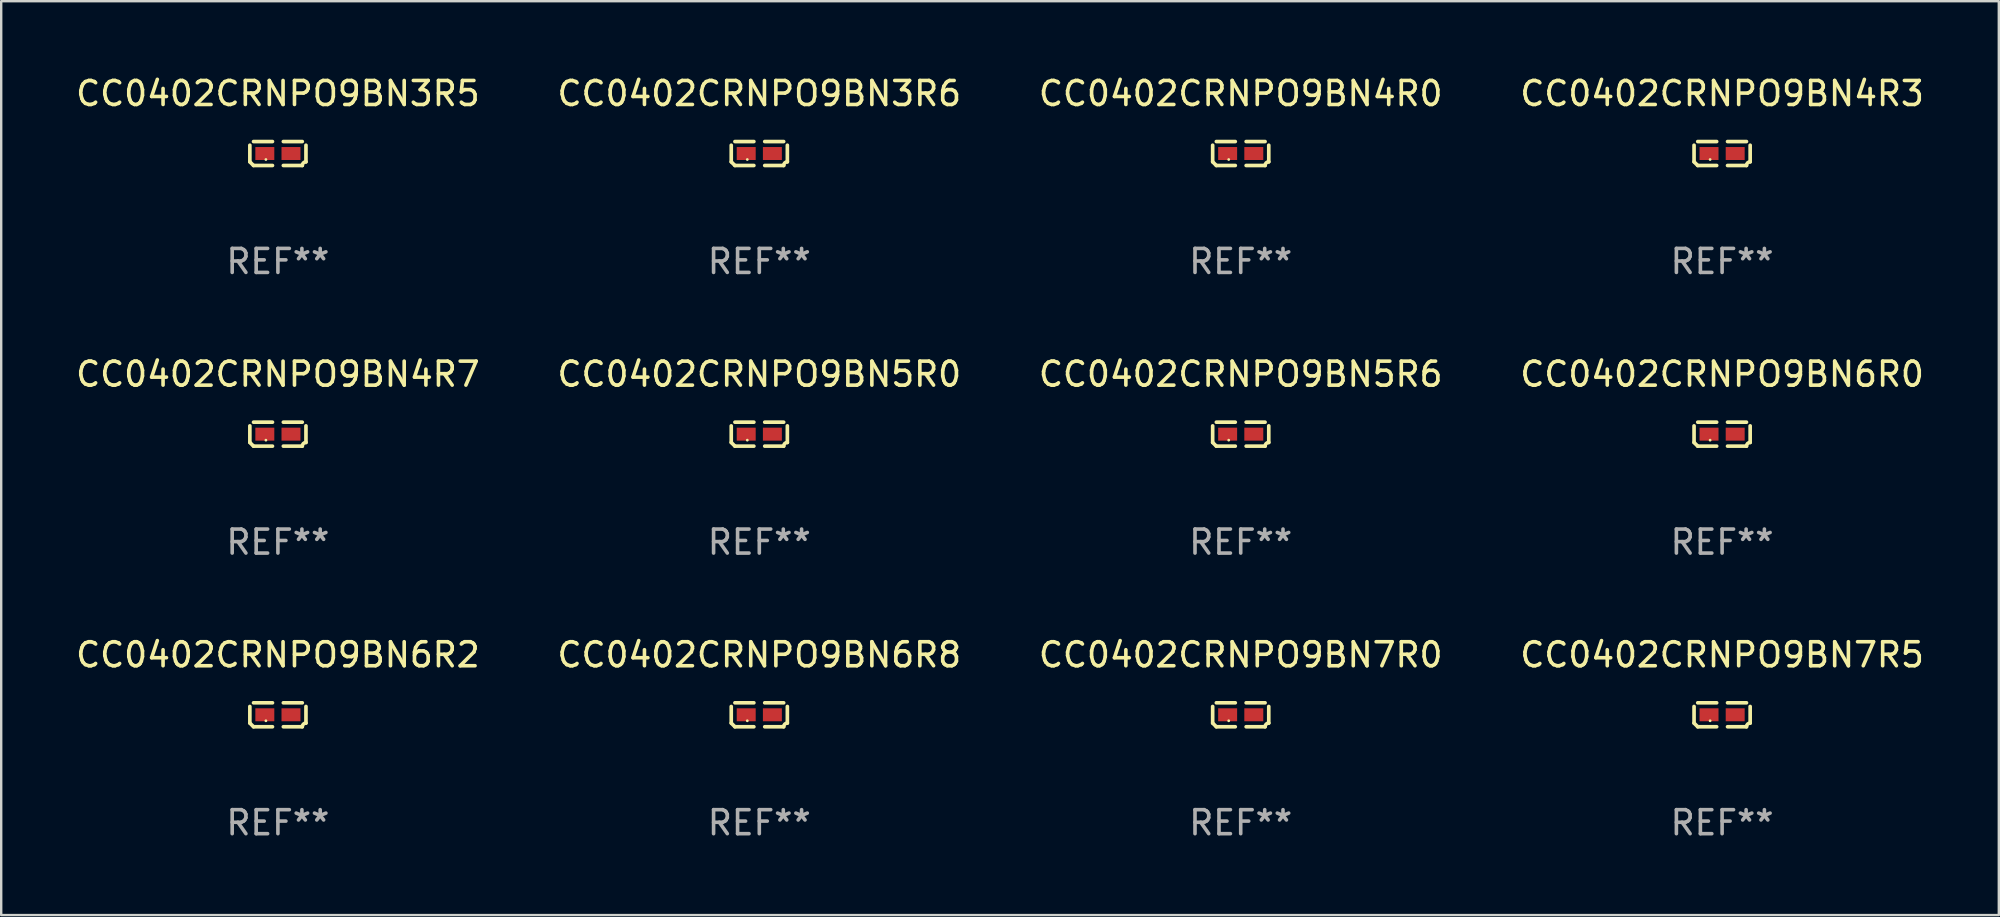
<source format=kicad_pcb>
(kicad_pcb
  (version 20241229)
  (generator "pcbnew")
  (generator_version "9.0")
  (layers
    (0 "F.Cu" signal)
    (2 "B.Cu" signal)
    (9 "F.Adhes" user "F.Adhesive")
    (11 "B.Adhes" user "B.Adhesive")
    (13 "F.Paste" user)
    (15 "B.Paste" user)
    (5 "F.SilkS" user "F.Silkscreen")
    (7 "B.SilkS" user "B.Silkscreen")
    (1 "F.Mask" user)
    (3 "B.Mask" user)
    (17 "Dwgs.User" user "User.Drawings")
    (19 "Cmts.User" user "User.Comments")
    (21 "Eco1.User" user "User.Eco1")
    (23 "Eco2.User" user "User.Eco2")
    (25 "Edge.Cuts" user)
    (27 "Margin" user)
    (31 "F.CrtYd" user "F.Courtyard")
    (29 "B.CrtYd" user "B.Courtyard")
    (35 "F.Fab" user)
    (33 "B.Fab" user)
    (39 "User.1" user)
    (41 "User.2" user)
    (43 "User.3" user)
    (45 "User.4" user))
  (footprint "CC0402CRNPO9BN4R0"
    (layer "F.Cu")
    (at 48.649 3.347)
    (property "Reference" "CC0402CRNPO9BN4R0" (at 0 -2.499 0) (layer "F.SilkS") (effects (font (size 1 1) (thickness 0.15))))
    (attr through_hole)
    (fp_line (start -1.169 0.346) (end -1.169 -0.346) (stroke (width 0.152) (type solid)) (layer "F.SilkS"))
    (fp_line (start -1.016 -0.499) (end -0.226 -0.499) (stroke (width 0.152) (type solid)) (layer "F.SilkS"))
    (fp_line (start -0.226 0.499) (end -1.016 0.499) (stroke (width 0.152) (type solid)) (layer "F.SilkS"))
    (fp_line (start 0.226 0.499) (end 1.016 0.499) (stroke (width 0.152) (type solid)) (layer "F.SilkS"))
    (fp_line (start 1.016 -0.499) (end 0.226 -0.499) (stroke (width 0.152) (type solid)) (layer "F.SilkS"))
    (fp_line (start 1.169 0.346) (end 1.169 -0.346) (stroke (width 0.152) (type solid)) (layer "F.SilkS"))
    (fp_arc (start -1.016307 0.498603) (mid -1.092512 0.422405) (end -1.16871 0.3462) (stroke (width 0.1524) (type solid)) (layer "F.SilkS"))
    (fp_arc (start 1.016307 0.498603) (mid 1.060899 0.390758) (end 1.168707 0.346076) (stroke (width 0.1524) (type solid)) (layer "F.SilkS"))
    (fp_circle (center -0.5 0.25) (end -0.47 0.25) (stroke (width 0.06) (type solid)) (fill no) (layer "F.SilkS"))
    (fp_text user "REF**" (at 0 4.499 0) (layer "F.Fab") (effects (font (size 1 1) (thickness 0.15))))
    (pad "1" smd rect (at -0.545 0) (size 0.79 0.54) (layers "F.Cu" "F.Mask" "F.Paste"))
    (pad "2" smd rect (at 0.545 0) (size 0.79 0.54) (layers "F.Cu" "F.Mask" "F.Paste")))
  (footprint "CC0402CRNPO9BN6R0"
    (layer "F.Cu")
    (at 68.708 15.041)
    (property "Reference" "CC0402CRNPO9BN6R0" (at 0 -2.499 0) (layer "F.SilkS") (effects (font (size 1 1) (thickness 0.15))))
    (attr through_hole)
    (fp_line (start -1.169 0.346) (end -1.169 -0.346) (stroke (width 0.152) (type solid)) (layer "F.SilkS"))
    (fp_line (start -1.016 -0.499) (end -0.226 -0.499) (stroke (width 0.152) (type solid)) (layer "F.SilkS"))
    (fp_line (start -0.226 0.499) (end -1.016 0.499) (stroke (width 0.152) (type solid)) (layer "F.SilkS"))
    (fp_line (start 0.226 0.499) (end 1.016 0.499) (stroke (width 0.152) (type solid)) (layer "F.SilkS"))
    (fp_line (start 1.016 -0.499) (end 0.226 -0.499) (stroke (width 0.152) (type solid)) (layer "F.SilkS"))
    (fp_line (start 1.169 0.346) (end 1.169 -0.346) (stroke (width 0.152) (type solid)) (layer "F.SilkS"))
    (fp_arc (start -1.016307 0.498603) (mid -1.092512 0.422405) (end -1.16871 0.3462) (stroke (width 0.1524) (type solid)) (layer "F.SilkS"))
    (fp_arc (start 1.016307 0.498603) (mid 1.060899 0.390758) (end 1.168707 0.346076) (stroke (width 0.1524) (type solid)) (layer "F.SilkS"))
    (fp_circle (center -0.5 0.25) (end -0.47 0.25) (stroke (width 0.06) (type solid)) (fill no) (layer "F.SilkS"))
    (fp_text user "REF**" (at 0 4.499 0) (layer "F.Fab") (effects (font (size 1 1) (thickness 0.15))))
    (pad "1" smd rect (at -0.545 0) (size 0.79 0.54) (layers "F.Cu" "F.Mask" "F.Paste"))
    (pad "2" smd rect (at 0.545 0) (size 0.79 0.54) (layers "F.Cu" "F.Mask" "F.Paste")))
  (footprint "CC0402CRNPO9BN3R6"
    (layer "F.Cu")
    (at 28.589 3.347)
    (property "Reference" "CC0402CRNPO9BN3R6" (at 0 -2.499 0) (layer "F.SilkS") (effects (font (size 1 1) (thickness 0.15))))
    (attr through_hole)
    (fp_line (start -1.169 0.346) (end -1.169 -0.346) (stroke (width 0.152) (type solid)) (layer "F.SilkS"))
    (fp_line (start -1.016 -0.499) (end -0.226 -0.499) (stroke (width 0.152) (type solid)) (layer "F.SilkS"))
    (fp_line (start -0.226 0.499) (end -1.016 0.499) (stroke (width 0.152) (type solid)) (layer "F.SilkS"))
    (fp_line (start 0.226 0.499) (end 1.016 0.499) (stroke (width 0.152) (type solid)) (layer "F.SilkS"))
    (fp_line (start 1.016 -0.499) (end 0.226 -0.499) (stroke (width 0.152) (type solid)) (layer "F.SilkS"))
    (fp_line (start 1.169 0.346) (end 1.169 -0.346) (stroke (width 0.152) (type solid)) (layer "F.SilkS"))
    (fp_arc (start -1.016307 0.498603) (mid -1.092512 0.422405) (end -1.16871 0.3462) (stroke (width 0.1524) (type solid)) (layer "F.SilkS"))
    (fp_arc (start 1.016307 0.498603) (mid 1.060899 0.390758) (end 1.168707 0.346076) (stroke (width 0.1524) (type solid)) (layer "F.SilkS"))
    (fp_circle (center -0.5 0.25) (end -0.47 0.25) (stroke (width 0.06) (type solid)) (fill no) (layer "F.SilkS"))
    (fp_text user "REF**" (at 0 4.499 0) (layer "F.Fab") (effects (font (size 1 1) (thickness 0.15))))
    (pad "1" smd rect (at -0.545 0) (size 0.79 0.54) (layers "F.Cu" "F.Mask" "F.Paste"))
    (pad "2" smd rect (at 0.545 0) (size 0.79 0.54) (layers "F.Cu" "F.Mask" "F.Paste")))
  (footprint "CC0402CRNPO9BN3R5"
    (layer "F.Cu")
    (at 8.53 3.347)
    (property "Reference" "CC0402CRNPO9BN3R5" (at 0 -2.499 0) (layer "F.SilkS") (effects (font (size 1 1) (thickness 0.15))))
    (attr through_hole)
    (fp_line (start -1.169 0.346) (end -1.169 -0.346) (stroke (width 0.152) (type solid)) (layer "F.SilkS"))
    (fp_line (start -1.016 -0.499) (end -0.226 -0.499) (stroke (width 0.152) (type solid)) (layer "F.SilkS"))
    (fp_line (start -0.226 0.499) (end -1.016 0.499) (stroke (width 0.152) (type solid)) (layer "F.SilkS"))
    (fp_line (start 0.226 0.499) (end 1.016 0.499) (stroke (width 0.152) (type solid)) (layer "F.SilkS"))
    (fp_line (start 1.016 -0.499) (end 0.226 -0.499) (stroke (width 0.152) (type solid)) (layer "F.SilkS"))
    (fp_line (start 1.169 0.346) (end 1.169 -0.346) (stroke (width 0.152) (type solid)) (layer "F.SilkS"))
    (fp_arc (start -1.016307 0.498603) (mid -1.092512 0.422405) (end -1.16871 0.3462) (stroke (width 0.1524) (type solid)) (layer "F.SilkS"))
    (fp_arc (start 1.016307 0.498603) (mid 1.060899 0.390758) (end 1.168707 0.346076) (stroke (width 0.1524) (type solid)) (layer "F.SilkS"))
    (fp_circle (center -0.5 0.25) (end -0.47 0.25) (stroke (width 0.06) (type solid)) (fill no) (layer "F.SilkS"))
    (fp_text user "REF**" (at 0 4.499 0) (layer "F.Fab") (effects (font (size 1 1) (thickness 0.15))))
    (pad "1" smd rect (at -0.545 0) (size 0.79 0.54) (layers "F.Cu" "F.Mask" "F.Paste"))
    (pad "2" smd rect (at 0.545 0) (size 0.79 0.54) (layers "F.Cu" "F.Mask" "F.Paste")))
  (footprint "CC0402CRNPO9BN4R7"
    (layer "F.Cu")
    (at 8.53 15.041)
    (property "Reference" "CC0402CRNPO9BN4R7" (at 0 -2.499 0) (layer "F.SilkS") (effects (font (size 1 1) (thickness 0.15))))
    (attr through_hole)
    (fp_line (start -1.169 0.346) (end -1.169 -0.346) (stroke (width 0.152) (type solid)) (layer "F.SilkS"))
    (fp_line (start -1.016 -0.499) (end -0.226 -0.499) (stroke (width 0.152) (type solid)) (layer "F.SilkS"))
    (fp_line (start -0.226 0.499) (end -1.016 0.499) (stroke (width 0.152) (type solid)) (layer "F.SilkS"))
    (fp_line (start 0.226 0.499) (end 1.016 0.499) (stroke (width 0.152) (type solid)) (layer "F.SilkS"))
    (fp_line (start 1.016 -0.499) (end 0.226 -0.499) (stroke (width 0.152) (type solid)) (layer "F.SilkS"))
    (fp_line (start 1.169 0.346) (end 1.169 -0.346) (stroke (width 0.152) (type solid)) (layer "F.SilkS"))
    (fp_arc (start -1.016307 0.498603) (mid -1.092512 0.422405) (end -1.16871 0.3462) (stroke (width 0.1524) (type solid)) (layer "F.SilkS"))
    (fp_arc (start 1.016307 0.498603) (mid 1.060899 0.390758) (end 1.168707 0.346076) (stroke (width 0.1524) (type solid)) (layer "F.SilkS"))
    (fp_circle (center -0.5 0.25) (end -0.47 0.25) (stroke (width 0.06) (type solid)) (fill no) (layer "F.SilkS"))
    (fp_text user "REF**" (at 0 4.499 0) (layer "F.Fab") (effects (font (size 1 1) (thickness 0.15))))
    (pad "1" smd rect (at -0.545 0) (size 0.79 0.54) (layers "F.Cu" "F.Mask" "F.Paste"))
    (pad "2" smd rect (at 0.545 0) (size 0.79 0.54) (layers "F.Cu" "F.Mask" "F.Paste")))
  (footprint "CC0402CRNPO9BN4R3"
    (layer "F.Cu")
    (at 68.708 3.347)
    (property "Reference" "CC0402CRNPO9BN4R3" (at 0 -2.499 0) (layer "F.SilkS") (effects (font (size 1 1) (thickness 0.15))))
    (attr through_hole)
    (fp_line (start -1.169 0.346) (end -1.169 -0.346) (stroke (width 0.152) (type solid)) (layer "F.SilkS"))
    (fp_line (start -1.016 -0.499) (end -0.226 -0.499) (stroke (width 0.152) (type solid)) (layer "F.SilkS"))
    (fp_line (start -0.226 0.499) (end -1.016 0.499) (stroke (width 0.152) (type solid)) (layer "F.SilkS"))
    (fp_line (start 0.226 0.499) (end 1.016 0.499) (stroke (width 0.152) (type solid)) (layer "F.SilkS"))
    (fp_line (start 1.016 -0.499) (end 0.226 -0.499) (stroke (width 0.152) (type solid)) (layer "F.SilkS"))
    (fp_line (start 1.169 0.346) (end 1.169 -0.346) (stroke (width 0.152) (type solid)) (layer "F.SilkS"))
    (fp_arc (start -1.016307 0.498603) (mid -1.092512 0.422405) (end -1.16871 0.3462) (stroke (width 0.1524) (type solid)) (layer "F.SilkS"))
    (fp_arc (start 1.016307 0.498603) (mid 1.060899 0.390758) (end 1.168707 0.346076) (stroke (width 0.1524) (type solid)) (layer "F.SilkS"))
    (fp_circle (center -0.5 0.25) (end -0.47 0.25) (stroke (width 0.06) (type solid)) (fill no) (layer "F.SilkS"))
    (fp_text user "REF**" (at 0 4.499 0) (layer "F.Fab") (effects (font (size 1 1) (thickness 0.15))))
    (pad "1" smd rect (at -0.545 0) (size 0.79 0.54) (layers "F.Cu" "F.Mask" "F.Paste"))
    (pad "2" smd rect (at 0.545 0) (size 0.79 0.54) (layers "F.Cu" "F.Mask" "F.Paste")))
  (footprint "CC0402CRNPO9BN5R6"
    (layer "F.Cu")
    (at 48.649 15.041)
    (property "Reference" "CC0402CRNPO9BN5R6" (at 0 -2.499 0) (layer "F.SilkS") (effects (font (size 1 1) (thickness 0.15))))
    (attr through_hole)
    (fp_line (start -1.169 0.346) (end -1.169 -0.346) (stroke (width 0.152) (type solid)) (layer "F.SilkS"))
    (fp_line (start -1.016 -0.499) (end -0.226 -0.499) (stroke (width 0.152) (type solid)) (layer "F.SilkS"))
    (fp_line (start -0.226 0.499) (end -1.016 0.499) (stroke (width 0.152) (type solid)) (layer "F.SilkS"))
    (fp_line (start 0.226 0.499) (end 1.016 0.499) (stroke (width 0.152) (type solid)) (layer "F.SilkS"))
    (fp_line (start 1.016 -0.499) (end 0.226 -0.499) (stroke (width 0.152) (type solid)) (layer "F.SilkS"))
    (fp_line (start 1.169 0.346) (end 1.169 -0.346) (stroke (width 0.152) (type solid)) (layer "F.SilkS"))
    (fp_arc (start -1.016307 0.498603) (mid -1.092512 0.422405) (end -1.16871 0.3462) (stroke (width 0.1524) (type solid)) (layer "F.SilkS"))
    (fp_arc (start 1.016307 0.498603) (mid 1.060899 0.390758) (end 1.168707 0.346076) (stroke (width 0.1524) (type solid)) (layer "F.SilkS"))
    (fp_circle (center -0.5 0.25) (end -0.47 0.25) (stroke (width 0.06) (type solid)) (fill no) (layer "F.SilkS"))
    (fp_text user "REF**" (at 0 4.499 0) (layer "F.Fab") (effects (font (size 1 1) (thickness 0.15))))
    (pad "1" smd rect (at -0.545 0) (size 0.79 0.54) (layers "F.Cu" "F.Mask" "F.Paste"))
    (pad "2" smd rect (at 0.545 0) (size 0.79 0.54) (layers "F.Cu" "F.Mask" "F.Paste")))
  (footprint "CC0402CRNPO9BN7R5"
    (layer "F.Cu")
    (at 68.708 26.734)
    (property "Reference" "CC0402CRNPO9BN7R5" (at 0 -2.499 0) (layer "F.SilkS") (effects (font (size 1 1) (thickness 0.15))))
    (attr through_hole)
    (fp_line (start -1.169 0.346) (end -1.169 -0.346) (stroke (width 0.152) (type solid)) (layer "F.SilkS"))
    (fp_line (start -1.016 -0.499) (end -0.226 -0.499) (stroke (width 0.152) (type solid)) (layer "F.SilkS"))
    (fp_line (start -0.226 0.499) (end -1.016 0.499) (stroke (width 0.152) (type solid)) (layer "F.SilkS"))
    (fp_line (start 0.226 0.499) (end 1.016 0.499) (stroke (width 0.152) (type solid)) (layer "F.SilkS"))
    (fp_line (start 1.016 -0.499) (end 0.226 -0.499) (stroke (width 0.152) (type solid)) (layer "F.SilkS"))
    (fp_line (start 1.169 0.346) (end 1.169 -0.346) (stroke (width 0.152) (type solid)) (layer "F.SilkS"))
    (fp_arc (start -1.016307 0.498603) (mid -1.092512 0.422405) (end -1.16871 0.3462) (stroke (width 0.1524) (type solid)) (layer "F.SilkS"))
    (fp_arc (start 1.016307 0.498603) (mid 1.060899 0.390758) (end 1.168707 0.346076) (stroke (width 0.1524) (type solid)) (layer "F.SilkS"))
    (fp_circle (center -0.5 0.25) (end -0.47 0.25) (stroke (width 0.06) (type solid)) (fill no) (layer "F.SilkS"))
    (fp_text user "REF**" (at 0 4.499 0) (layer "F.Fab") (effects (font (size 1 1) (thickness 0.15))))
    (pad "1" smd rect (at -0.545 0) (size 0.79 0.54) (layers "F.Cu" "F.Mask" "F.Paste"))
    (pad "2" smd rect (at 0.545 0) (size 0.79 0.54) (layers "F.Cu" "F.Mask" "F.Paste")))
  (footprint "CC0402CRNPO9BN6R2"
    (layer "F.Cu")
    (at 8.53 26.734)
    (property "Reference" "CC0402CRNPO9BN6R2" (at 0 -2.499 0) (layer "F.SilkS") (effects (font (size 1 1) (thickness 0.15))))
    (attr through_hole)
    (fp_line (start -1.169 0.346) (end -1.169 -0.346) (stroke (width 0.152) (type solid)) (layer "F.SilkS"))
    (fp_line (start -1.016 -0.499) (end -0.226 -0.499) (stroke (width 0.152) (type solid)) (layer "F.SilkS"))
    (fp_line (start -0.226 0.499) (end -1.016 0.499) (stroke (width 0.152) (type solid)) (layer "F.SilkS"))
    (fp_line (start 0.226 0.499) (end 1.016 0.499) (stroke (width 0.152) (type solid)) (layer "F.SilkS"))
    (fp_line (start 1.016 -0.499) (end 0.226 -0.499) (stroke (width 0.152) (type solid)) (layer "F.SilkS"))
    (fp_line (start 1.169 0.346) (end 1.169 -0.346) (stroke (width 0.152) (type solid)) (layer "F.SilkS"))
    (fp_arc (start -1.016307 0.498603) (mid -1.092512 0.422405) (end -1.16871 0.3462) (stroke (width 0.1524) (type solid)) (layer "F.SilkS"))
    (fp_arc (start 1.016307 0.498603) (mid 1.060899 0.390758) (end 1.168707 0.346076) (stroke (width 0.1524) (type solid)) (layer "F.SilkS"))
    (fp_circle (center -0.5 0.25) (end -0.47 0.25) (stroke (width 0.06) (type solid)) (fill no) (layer "F.SilkS"))
    (fp_text user "REF**" (at 0 4.499 0) (layer "F.Fab") (effects (font (size 1 1) (thickness 0.15))))
    (pad "1" smd rect (at -0.545 0) (size 0.79 0.54) (layers "F.Cu" "F.Mask" "F.Paste"))
    (pad "2" smd rect (at 0.545 0) (size 0.79 0.54) (layers "F.Cu" "F.Mask" "F.Paste")))
  (footprint "CC0402CRNPO9BN7R0"
    (layer "F.Cu")
    (at 48.649 26.734)
    (property "Reference" "CC0402CRNPO9BN7R0" (at 0 -2.499 0) (layer "F.SilkS") (effects (font (size 1 1) (thickness 0.15))))
    (attr through_hole)
    (fp_line (start -1.169 0.346) (end -1.169 -0.346) (stroke (width 0.152) (type solid)) (layer "F.SilkS"))
    (fp_line (start -1.016 -0.499) (end -0.226 -0.499) (stroke (width 0.152) (type solid)) (layer "F.SilkS"))
    (fp_line (start -0.226 0.499) (end -1.016 0.499) (stroke (width 0.152) (type solid)) (layer "F.SilkS"))
    (fp_line (start 0.226 0.499) (end 1.016 0.499) (stroke (width 0.152) (type solid)) (layer "F.SilkS"))
    (fp_line (start 1.016 -0.499) (end 0.226 -0.499) (stroke (width 0.152) (type solid)) (layer "F.SilkS"))
    (fp_line (start 1.169 0.346) (end 1.169 -0.346) (stroke (width 0.152) (type solid)) (layer "F.SilkS"))
    (fp_arc (start -1.016307 0.498603) (mid -1.092512 0.422405) (end -1.16871 0.3462) (stroke (width 0.1524) (type solid)) (layer "F.SilkS"))
    (fp_arc (start 1.016307 0.498603) (mid 1.060899 0.390758) (end 1.168707 0.346076) (stroke (width 0.1524) (type solid)) (layer "F.SilkS"))
    (fp_circle (center -0.5 0.25) (end -0.47 0.25) (stroke (width 0.06) (type solid)) (fill no) (layer "F.SilkS"))
    (fp_text user "REF**" (at 0 4.499 0) (layer "F.Fab") (effects (font (size 1 1) (thickness 0.15))))
    (pad "1" smd rect (at -0.545 0) (size 0.79 0.54) (layers "F.Cu" "F.Mask" "F.Paste"))
    (pad "2" smd rect (at 0.545 0) (size 0.79 0.54) (layers "F.Cu" "F.Mask" "F.Paste")))
  (footprint "CC0402CRNPO9BN5R0"
    (layer "F.Cu")
    (at 28.589 15.041)
    (property "Reference" "CC0402CRNPO9BN5R0" (at 0 -2.499 0) (layer "F.SilkS") (effects (font (size 1 1) (thickness 0.15))))
    (attr through_hole)
    (fp_line (start -1.169 0.346) (end -1.169 -0.346) (stroke (width 0.152) (type solid)) (layer "F.SilkS"))
    (fp_line (start -1.016 -0.499) (end -0.226 -0.499) (stroke (width 0.152) (type solid)) (layer "F.SilkS"))
    (fp_line (start -0.226 0.499) (end -1.016 0.499) (stroke (width 0.152) (type solid)) (layer "F.SilkS"))
    (fp_line (start 0.226 0.499) (end 1.016 0.499) (stroke (width 0.152) (type solid)) (layer "F.SilkS"))
    (fp_line (start 1.016 -0.499) (end 0.226 -0.499) (stroke (width 0.152) (type solid)) (layer "F.SilkS"))
    (fp_line (start 1.169 0.346) (end 1.169 -0.346) (stroke (width 0.152) (type solid)) (layer "F.SilkS"))
    (fp_arc (start -1.016307 0.498603) (mid -1.092512 0.422405) (end -1.16871 0.3462) (stroke (width 0.1524) (type solid)) (layer "F.SilkS"))
    (fp_arc (start 1.016307 0.498603) (mid 1.060899 0.390758) (end 1.168707 0.346076) (stroke (width 0.1524) (type solid)) (layer "F.SilkS"))
    (fp_circle (center -0.5 0.25) (end -0.47 0.25) (stroke (width 0.06) (type solid)) (fill no) (layer "F.SilkS"))
    (fp_text user "REF**" (at 0 4.499 0) (layer "F.Fab") (effects (font (size 1 1) (thickness 0.15))))
    (pad "1" smd rect (at -0.545 0) (size 0.79 0.54) (layers "F.Cu" "F.Mask" "F.Paste"))
    (pad "2" smd rect (at 0.545 0) (size 0.79 0.54) (layers "F.Cu" "F.Mask" "F.Paste")))
  (footprint "CC0402CRNPO9BN6R8"
    (layer "F.Cu")
    (at 28.589 26.734)
    (property "Reference" "CC0402CRNPO9BN6R8" (at 0 -2.499 0) (layer "F.SilkS") (effects (font (size 1 1) (thickness 0.15))))
    (attr through_hole)
    (fp_line (start -1.169 0.346) (end -1.169 -0.346) (stroke (width 0.152) (type solid)) (layer "F.SilkS"))
    (fp_line (start -1.016 -0.499) (end -0.226 -0.499) (stroke (width 0.152) (type solid)) (layer "F.SilkS"))
    (fp_line (start -0.226 0.499) (end -1.016 0.499) (stroke (width 0.152) (type solid)) (layer "F.SilkS"))
    (fp_line (start 0.226 0.499) (end 1.016 0.499) (stroke (width 0.152) (type solid)) (layer "F.SilkS"))
    (fp_line (start 1.016 -0.499) (end 0.226 -0.499) (stroke (width 0.152) (type solid)) (layer "F.SilkS"))
    (fp_line (start 1.169 0.346) (end 1.169 -0.346) (stroke (width 0.152) (type solid)) (layer "F.SilkS"))
    (fp_arc (start -1.016307 0.498603) (mid -1.092512 0.422405) (end -1.16871 0.3462) (stroke (width 0.1524) (type solid)) (layer "F.SilkS"))
    (fp_arc (start 1.016307 0.498603) (mid 1.060899 0.390758) (end 1.168707 0.346076) (stroke (width 0.1524) (type solid)) (layer "F.SilkS"))
    (fp_circle (center -0.5 0.25) (end -0.47 0.25) (stroke (width 0.06) (type solid)) (fill no) (layer "F.SilkS"))
    (fp_text user "REF**" (at 0 4.499 0) (layer "F.Fab") (effects (font (size 1 1) (thickness 0.15))))
    (pad "1" smd rect (at -0.545 0) (size 0.79 0.54) (layers "F.Cu" "F.Mask" "F.Paste"))
    (pad "2" smd rect (at 0.545 0) (size 0.79 0.54) (layers "F.Cu" "F.Mask" "F.Paste")))
  (gr_rect
    (start -3 -3)
    (end 80.238 35.081)
    (stroke (width 0.1) (type default))
    (fill no)
    (layer "Edge.Cuts")))
</source>
